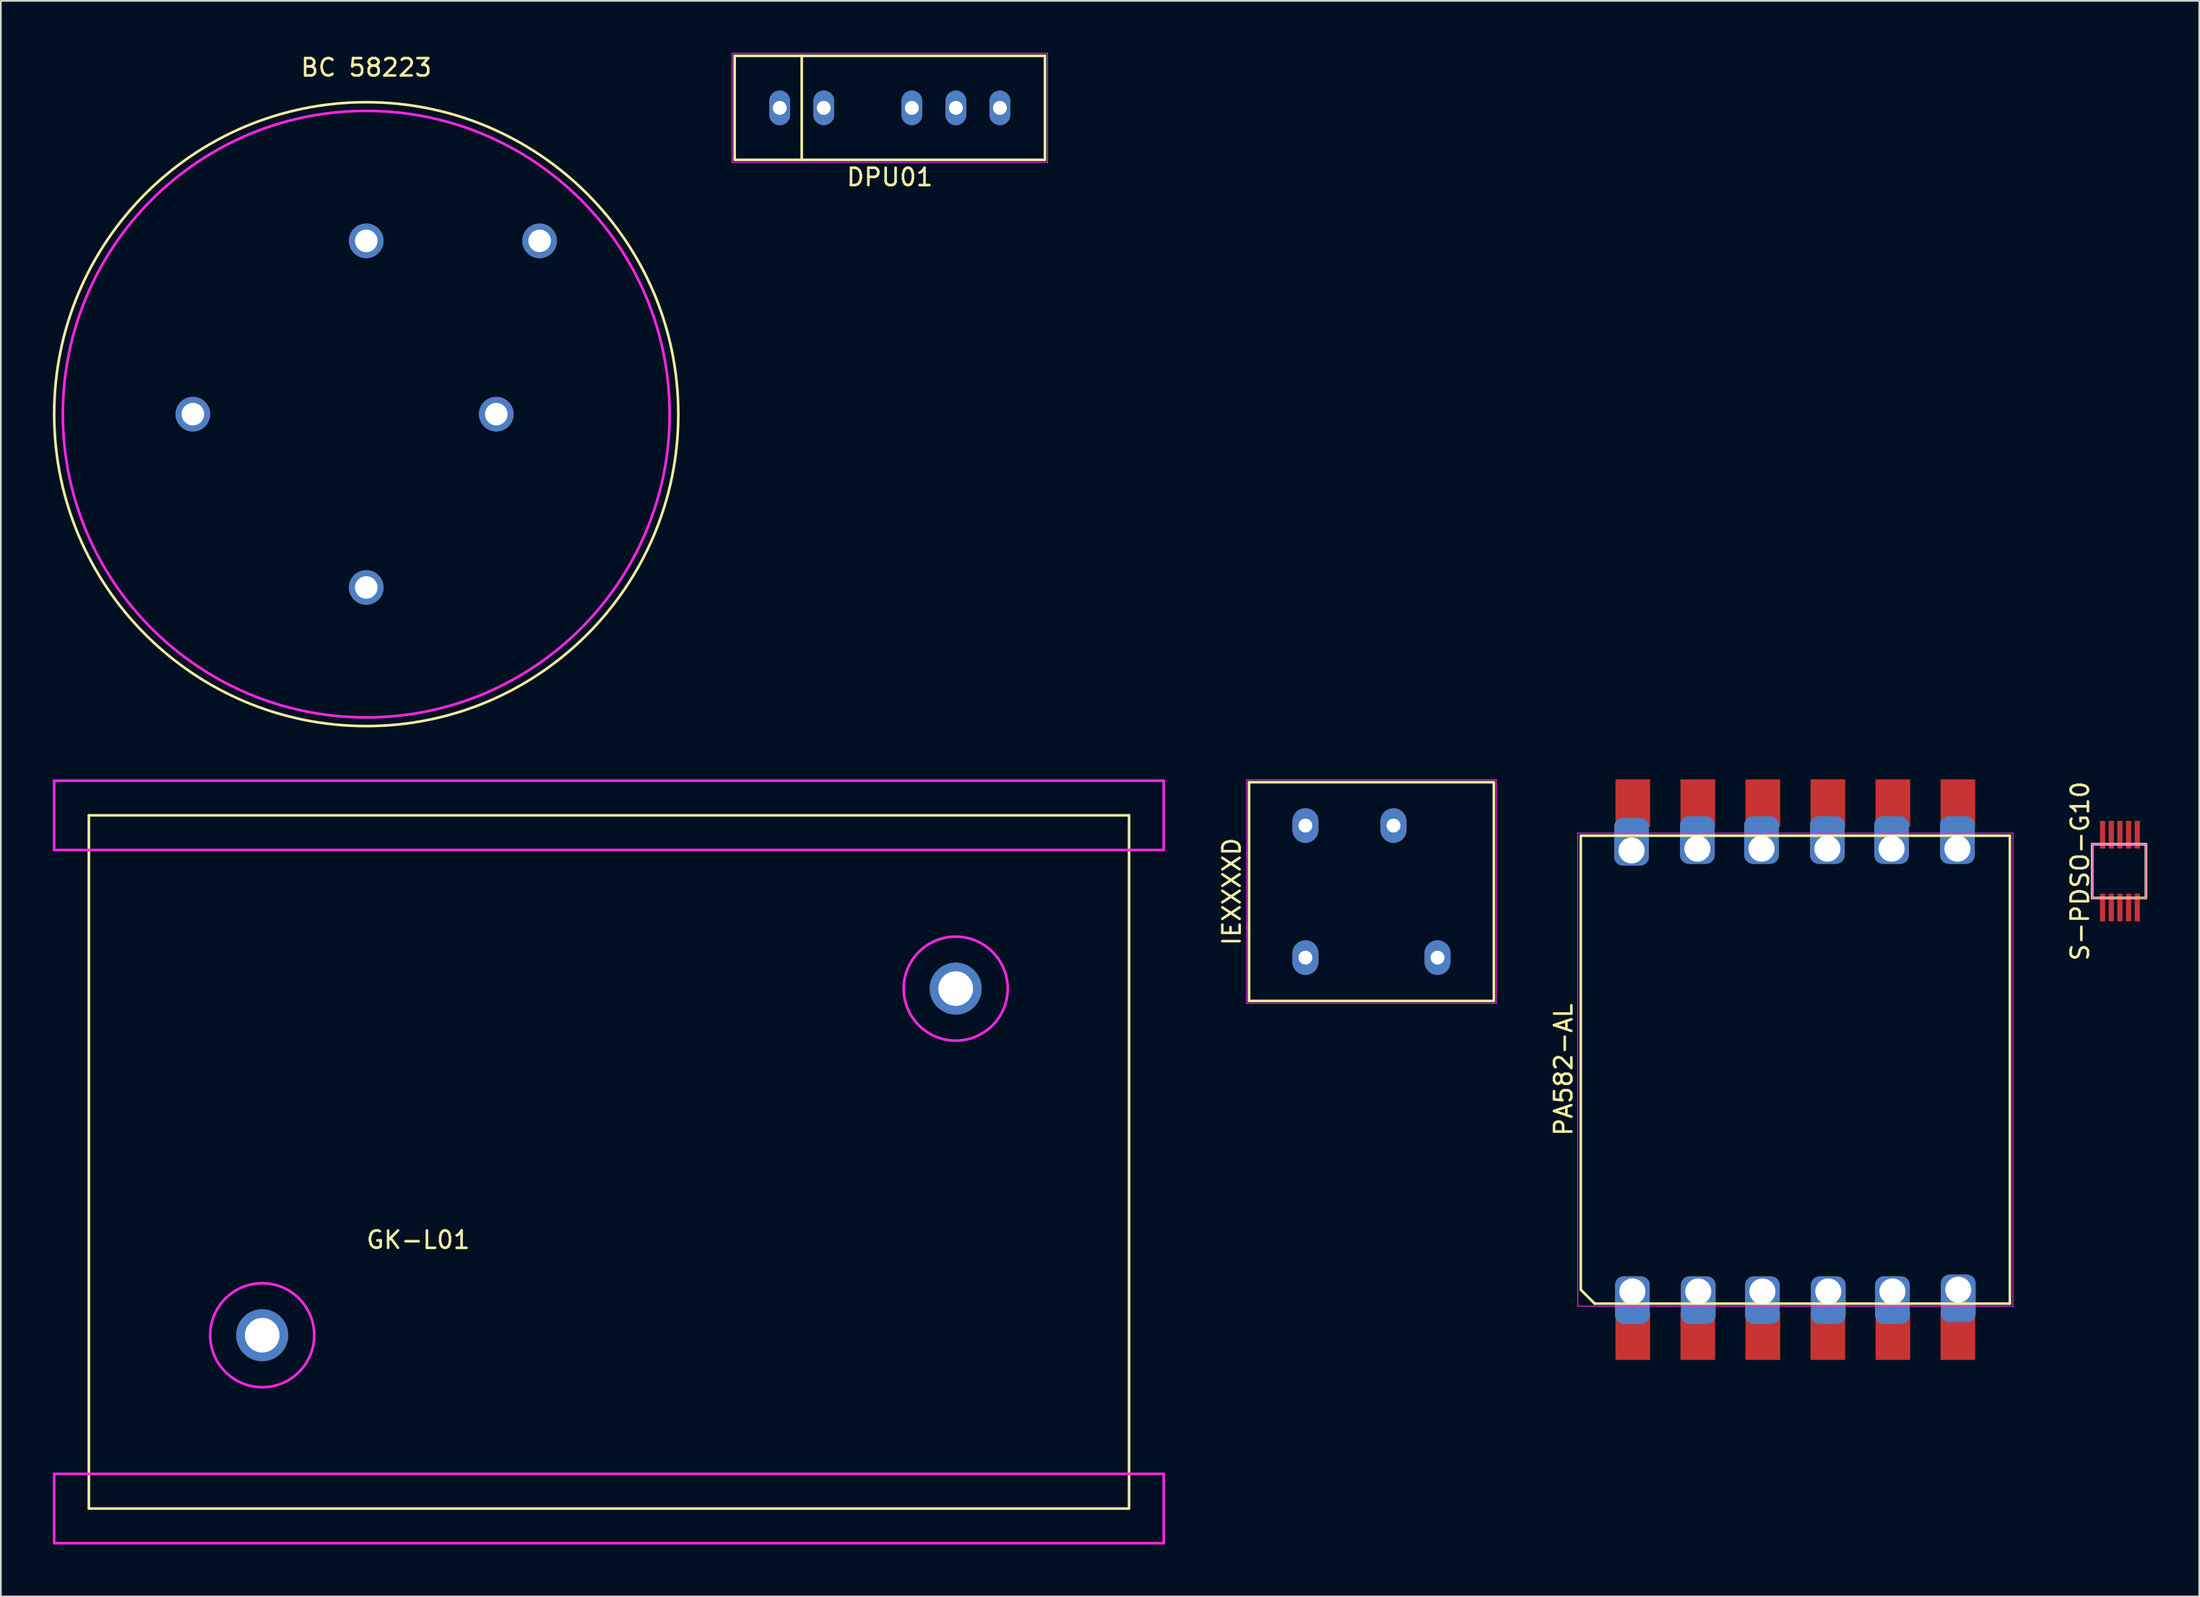
<source format=kicad_pcb>
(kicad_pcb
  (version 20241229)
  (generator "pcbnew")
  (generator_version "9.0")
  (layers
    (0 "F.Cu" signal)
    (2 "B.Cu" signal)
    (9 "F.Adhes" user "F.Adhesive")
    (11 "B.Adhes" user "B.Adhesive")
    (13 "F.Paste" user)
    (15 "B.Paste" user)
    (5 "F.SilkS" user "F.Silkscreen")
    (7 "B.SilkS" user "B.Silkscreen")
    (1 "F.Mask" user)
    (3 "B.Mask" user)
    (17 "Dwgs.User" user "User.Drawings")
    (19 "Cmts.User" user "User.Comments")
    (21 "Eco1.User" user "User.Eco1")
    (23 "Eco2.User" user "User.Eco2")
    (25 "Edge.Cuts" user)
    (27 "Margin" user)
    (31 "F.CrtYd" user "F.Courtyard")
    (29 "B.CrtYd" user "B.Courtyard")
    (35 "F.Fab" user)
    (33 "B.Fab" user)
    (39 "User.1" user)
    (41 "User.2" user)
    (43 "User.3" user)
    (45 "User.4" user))
  (footprint "PA582-AL"
    (layer "F.Cu")
    (at 100.507 58.673)
    (property "Reference" "PA582-AL" (at -13.375 0 90) (layer "F.SilkS") (effects (font (size 1 1) (thickness 0.15))))
    (attr smd)
    (fp_line (start -12.375 -13.5) (end 12.375 -13.5) (stroke (width 0.15) (type solid)) (layer "F.SilkS"))
    (fp_line (start -12.375 12.7) (end -12.375 -13.5) (stroke (width 0.15) (type solid)) (layer "F.SilkS"))
    (fp_line (start -11.575 13.5) (end -12.375 12.7) (stroke (width 0.15) (type solid)) (layer "F.SilkS"))
    (fp_line (start 12.375 -13.5) (end 12.375 13.5) (stroke (width 0.15) (type solid)) (layer "F.SilkS"))
    (fp_line (start 12.375 13.5) (end -11.575 13.5) (stroke (width 0.15) (type solid)) (layer "F.SilkS"))
    (fp_line (start -12.55 -13.65) (end 12.55 -13.65) (stroke (width 0.05) (type solid)) (layer "F.CrtYd"))
    (fp_line (start -12.55 13.65) (end -12.55 -13.65) (stroke (width 0.05) (type solid)) (layer "F.CrtYd"))
    (fp_line (start 12.55 -13.65) (end 12.55 13.65) (stroke (width 0.05) (type solid)) (layer "F.CrtYd"))
    (fp_line (start 12.55 13.65) (end -12.55 13.65) (stroke (width 0.05) (type solid)) (layer "F.CrtYd"))
    (pad "1" thru_hole roundrect (at -9.4 12.8) (size 2 2.75) (drill 1.5 (offset 0 0.5)) (layers "*.Cu" "*.Mask") (roundrect_rratio 0.25))
    (pad "1" smd rect (at -9.375 15.375) (size 2 2.75) (layers "F.Cu" "F.Mask" "F.Paste"))
    (pad "2" smd rect (at -5.625 15.375) (size 2 2.75) (layers "F.Cu" "F.Mask" "F.Paste"))
    (pad "2" thru_hole roundrect (at -5.6 12.8) (size 2 2.75) (drill 1.5 (offset 0 0.5)) (layers "*.Cu" "*.Mask") (roundrect_rratio 0.25))
    (pad "3" thru_hole roundrect (at -1.9 12.8) (size 2 2.75) (drill 1.5 (offset 0 0.5)) (layers "*.Cu" "*.Mask") (roundrect_rratio 0.25))
    (pad "3" smd rect (at -1.875 15.375) (size 2 2.75) (layers "F.Cu" "F.Mask" "F.Paste"))
    (pad "4" smd rect (at 1.875 15.375) (size 2 2.75) (layers "F.Cu" "F.Mask" "F.Paste"))
    (pad "4" thru_hole roundrect (at 1.9 12.8) (size 2 2.75) (drill 1.5 (offset 0 0.5)) (layers "*.Cu" "*.Mask") (roundrect_rratio 0.25))
    (pad "5" thru_hole roundrect (at 5.6 12.8) (size 2 2.75) (drill 1.5 (offset 0 0.5)) (layers "*.Cu" "*.Mask") (roundrect_rratio 0.25))
    (pad "5" smd rect (at 5.625 15.375) (size 2 2.75) (layers "F.Cu" "F.Mask" "F.Paste"))
    (pad "6" smd rect (at 9.375 15.375) (size 2 2.75) (layers "F.Cu" "F.Mask" "F.Paste"))
    (pad "6" thru_hole roundrect (at 9.398 12.7) (size 2 2.75) (drill 1.5 (offset 0 0.5)) (layers "*.Cu" "*.Mask") (roundrect_rratio 0.25))
    (pad "7" thru_hole roundrect (at 9.35 -12.75 180) (size 2 2.75) (drill 1.5 (offset 0 0.5)) (layers "*.Cu" "*.Mask") (roundrect_rratio 0.25))
    (pad "7" smd rect (at 9.375 -15.375) (size 2 2.75) (layers "F.Cu" "F.Mask" "F.Paste"))
    (pad "8" thru_hole roundrect (at 5.55 -12.75 180) (size 2 2.75) (drill 1.5 (offset 0 0.5)) (layers "*.Cu" "*.Mask") (roundrect_rratio 0.25))
    (pad "8" smd rect (at 5.625 -15.375) (size 2 2.75) (layers "F.Cu" "F.Mask" "F.Paste"))
    (pad "9" thru_hole roundrect (at 1.85 -12.75 180) (size 2 2.75) (drill 1.5 (offset 0 0.5)) (layers "*.Cu" "*.Mask") (roundrect_rratio 0.25))
    (pad "9" smd rect (at 1.875 -15.375) (size 2 2.75) (layers "F.Cu" "F.Mask" "F.Paste"))
    (pad "10" thru_hole roundrect (at -1.95 -12.75 180) (size 2 2.75) (drill 1.5 (offset 0 0.5)) (layers "*.Cu" "*.Mask") (roundrect_rratio 0.25))
    (pad "10" smd rect (at -1.875 -15.375) (size 2 2.75) (layers "F.Cu" "F.Mask" "F.Paste"))
    (pad "11" thru_hole roundrect (at -5.65 -12.75 180) (size 2 2.75) (drill 1.5 (offset 0 0.5)) (layers "*.Cu" "*.Mask") (roundrect_rratio 0.25))
    (pad "11" smd rect (at -5.625 -15.375) (size 2 2.75) (layers "F.Cu" "F.Mask" "F.Paste"))
    (pad "12" thru_hole roundrect (at -9.448 -12.65 180) (size 2 2.75) (drill 1.5 (offset 0 0.5)) (layers "*.Cu" "*.Mask") (roundrect_rratio 0.25))
    (pad "12" smd rect (at -9.375 -15.375) (size 2 2.75) (layers "F.Cu" "F.Mask" "F.Paste")))
  (footprint "S-PDSO-G10"
    (layer "F.Cu")
    (at 119.23 47.215)
    (property "Reference" "S-PDSO-G10" (at -2.3 0 90) (layer "F.SilkS") (effects (font (size 1 1) (thickness 0.15))))
    (attr smd)
    (fp_line (start -1.6 -1.55) (end 1.5 -1.55) (stroke (width 0.15) (type solid)) (layer "F.SilkS"))
    (fp_line (start -1.6 1.55) (end -1.6 -1.55) (stroke (width 0.15) (type solid)) (layer "F.SilkS"))
    (fp_line (start 1.5 -1.55) (end 1.5 1.55) (stroke (width 0.15) (type solid)) (layer "F.SilkS"))
    (fp_line (start 1.5 1.55) (end -1.6 1.55) (stroke (width 0.15) (type solid)) (layer "F.SilkS"))
    (fp_line (start -1.6 -1.55) (end -1.6 1.55) (stroke (width 0.05) (type solid)) (layer "F.CrtYd"))
    (fp_line (start -1.6 1.55) (end 1.5 1.55) (stroke (width 0.05) (type solid)) (layer "F.CrtYd"))
    (fp_line (start 1.5 -1.55) (end -1.6 -1.55) (stroke (width 0.05) (type solid)) (layer "F.CrtYd"))
    (fp_line (start 1.5 1.55) (end 1.5 -1.55) (stroke (width 0.05) (type solid)) (layer "F.CrtYd"))
    (pad "1" smd rect (at -1 2.1) (size 0.3 1.6) (layers "F.Cu" "F.Mask" "F.Paste"))
    (pad "2" smd rect (at -0.5 2.1) (size 0.3 1.6) (layers "F.Cu" "F.Mask" "F.Paste"))
    (pad "3" smd rect (at 0 2.1) (size 0.3 1.6) (layers "F.Cu" "F.Mask" "F.Paste"))
    (pad "4" smd rect (at 0.5 2.1) (size 0.3 1.6) (layers "F.Cu" "F.Mask" "F.Paste"))
    (pad "5" smd rect (at 1 2.1) (size 0.3 1.6) (layers "F.Cu" "F.Mask" "F.Paste"))
    (pad "6" smd rect (at 1 -2.1) (size 0.3 1.6) (layers "F.Cu" "F.Mask" "F.Paste"))
    (pad "7" smd rect (at 0.5 -2.1) (size 0.3 1.6) (layers "F.Cu" "F.Mask" "F.Paste"))
    (pad "8" smd rect (at 0 -2.1) (size 0.3 1.6) (layers "F.Cu" "F.Mask" "F.Paste"))
    (pad "9" smd rect (at -0.5 -2.1) (size 0.3 1.6) (layers "F.Cu" "F.Mask" "F.Paste"))
    (pad "10" smd rect (at -1 -2.1) (size 0.3 1.6) (layers "F.Cu" "F.Mask" "F.Paste")))
  (footprint "BC 58223"
    (layer "F.Cu")
    (at 18.075 8.348)
    (property "Reference" "BC 58223" (at 0 -7.5 0) (layer "F.SilkS") (effects (font (size 1 1) (thickness 0.15))))
    (attr through_hole)
    (fp_circle (center 0 12.5) (end 18 12.5) (stroke (width 0.15) (type solid)) (fill no) (layer "F.SilkS"))
    (fp_circle (center 0 12.5) (end 0 -5) (stroke (width 0.15) (type solid)) (fill no) (layer "F.CrtYd"))
    (pad "1" thru_hole circle (at 0 22.5) (size 2 2) (drill 1.3) (layers "*.Cu" "*.Mask"))
    (pad "2" thru_hole circle (at 10 2.5) (size 2 2) (drill 1.3) (layers "*.Cu" "*.Mask"))
    (pad "NC" thru_hole circle (at -10 12.5) (size 2 2) (drill 1.3) (layers "*.Cu" "*.Mask"))
    (pad "NC" thru_hole circle (at 0 2.5) (size 2 2) (drill 1.3) (layers "*.Cu" "*.Mask"))
    (pad "NC" thru_hole circle (at 7.5 12.5) (size 2 2) (drill 1.3) (layers "*.Cu" "*.Mask")))
  (footprint "IEXXXXD"
    (layer "F.Cu")
    (at 76.058 48.398)
    (property "Reference" "IEXXXXD" (at -8.06 0 90) (layer "F.SilkS") (effects (font (size 1 1) (thickness 0.15))))
    (attr through_hole)
    (fp_line (start -7.06 -6.31) (end -7.06 2.11) (stroke (width 0.15) (type solid)) (layer "F.SilkS"))
    (fp_line (start -7.06 2.103) (end -7.06 6.31) (stroke (width 0.15) (type solid)) (layer "F.SilkS"))
    (fp_line (start -7.06 6.31) (end 7.06 6.31) (stroke (width 0.15) (type solid)) (layer "F.SilkS"))
    (fp_line (start 7.06 -6.31) (end -7.06 -6.31) (stroke (width 0.15) (type solid)) (layer "F.SilkS"))
    (fp_line (start 7.06 6.31) (end 7.06 -6.31) (stroke (width 0.15) (type solid)) (layer "F.SilkS"))
    (fp_line (start -7.2 -6.45) (end 7.2 -6.45) (stroke (width 0.05) (type solid)) (layer "F.CrtYd"))
    (fp_line (start -7.2 6.45) (end -7.2 -6.45) (stroke (width 0.05) (type solid)) (layer "F.CrtYd"))
    (fp_line (start 7.2 -6.45) (end 7.2 6.45) (stroke (width 0.05) (type solid)) (layer "F.CrtYd"))
    (fp_line (start 7.2 6.45) (end -7.2 6.45) (stroke (width 0.05) (type solid)) (layer "F.CrtYd"))
    (pad "1" thru_hole oval (at -3.81 3.81) (size 1.5 2) (drill 0.8) (layers "*.Cu" "*.Mask"))
    (pad "2" thru_hole oval (at 3.81 3.81) (size 1.5 2) (drill 0.8) (layers "*.Cu" "*.Mask"))
    (pad "3" thru_hole oval (at 1.27 -3.81) (size 1.5 2) (drill 0.8) (layers "*.Cu" "*.Mask"))
    (pad "4" thru_hole oval (at -3.81 -3.81) (size 1.5 2) (drill 0.8) (layers "*.Cu" "*.Mask")))
  (footprint "GK-L01"
    (layer "F.Cu")
    (at 21.075 67.998)
    (property "Reference" "GK-L01" (at 0 0.5 0) (layer "F.SilkS") (effects (font (size 1 1) (thickness 0.15))))
    (attr through_hole)
    (fp_line (start -19 -24) (end -19 16) (stroke (width 0.15) (type solid)) (layer "F.SilkS"))
    (fp_line (start -19 16) (end 41 16) (stroke (width 0.15) (type solid)) (layer "F.SilkS"))
    (fp_line (start 41 -24) (end -19 -24) (stroke (width 0.15) (type solid)) (layer "F.SilkS"))
    (fp_line (start 41 16) (end 41 -24) (stroke (width 0.15) (type solid)) (layer "F.SilkS"))
    (fp_line (start -21 -26) (end -21 -22) (stroke (width 0.15) (type solid)) (layer "F.CrtYd"))
    (fp_line (start -21 -22) (end 43 -22) (stroke (width 0.15) (type solid)) (layer "F.CrtYd"))
    (fp_line (start -21 14) (end -21 18) (stroke (width 0.15) (type solid)) (layer "F.CrtYd"))
    (fp_line (start -21 18) (end 43 18) (stroke (width 0.15) (type solid)) (layer "F.CrtYd"))
    (fp_line (start 43 -26) (end -21 -26) (stroke (width 0.15) (type solid)) (layer "F.CrtYd"))
    (fp_line (start 43 -22) (end 43 -26) (stroke (width 0.15) (type solid)) (layer "F.CrtYd"))
    (fp_line (start 43 14) (end -21 14) (stroke (width 0.15) (type solid)) (layer "F.CrtYd"))
    (fp_line (start 43 18) (end 43 14) (stroke (width 0.15) (type solid)) (layer "F.CrtYd"))
    (fp_circle (center -9 6) (end -9 3) (stroke (width 0.15) (type solid)) (fill no) (layer "F.CrtYd"))
    (fp_circle (center 31 -14) (end 31 -17) (stroke (width 0.15) (type solid)) (fill no) (layer "F.CrtYd"))
    (pad "1" thru_hole circle (at 31 -14) (size 3 3) (drill 2) (layers "*.Cu" "*.Mask"))
    (pad "2" thru_hole circle (at -9 6) (size 3 3) (drill 2) (layers "*.Cu" "*.Mask")))
  (footprint "DPU01"
    (layer "F.Cu")
    (at 43.195 3.175)
    (property "Reference" "DPU01" (at 5.08 4 0) (layer "F.SilkS") (effects (font (size 1 1) (thickness 0.15))))
    (attr through_hole)
    (fp_line (start -3.87 -3) (end 14.03 -3) (stroke (width 0.15) (type solid)) (layer "F.SilkS"))
    (fp_line (start -3.87 3) (end -3.87 -3) (stroke (width 0.15) (type solid)) (layer "F.SilkS"))
    (fp_line (start 0 -3) (end 0 3) (stroke (width 0.15) (type solid)) (layer "F.SilkS"))
    (fp_line (start 14.03 -3) (end 14.03 3) (stroke (width 0.15) (type solid)) (layer "F.SilkS"))
    (fp_line (start 14.03 3) (end -3.87 3) (stroke (width 0.15) (type solid)) (layer "F.SilkS"))
    (fp_line (start -4.02 -3.15) (end 14.18 -3.15) (stroke (width 0.05) (type solid)) (layer "F.CrtYd"))
    (fp_line (start -4.02 3.15) (end -4.02 -3.15) (stroke (width 0.05) (type solid)) (layer "F.CrtYd"))
    (fp_line (start 14.18 -3.15) (end 14.18 3.15) (stroke (width 0.05) (type solid)) (layer "F.CrtYd"))
    (fp_line (start 14.18 3.15) (end -4.02 3.15) (stroke (width 0.05) (type solid)) (layer "F.CrtYd"))
    (pad "1" thru_hole oval (at -1.27 0) (size 1.2 2) (drill 0.8) (layers "*.Cu" "*.Mask"))
    (pad "2" thru_hole oval (at 1.27 0) (size 1.2 2) (drill 0.8) (layers "*.Cu" "*.Mask"))
    (pad "4" thru_hole oval (at 6.35 0) (size 1.2 2) (drill 0.8) (layers "*.Cu" "*.Mask"))
    (pad "5" thru_hole oval (at 8.89 0) (size 1.2 2) (drill 0.8) (layers "*.Cu" "*.Mask"))
    (pad "6" thru_hole oval (at 11.43 0) (size 1.2 2) (drill 0.8) (layers "*.Cu" "*.Mask")))
  (gr_rect
    (start -3 -3)
    (end 123.805 89.073)
    (stroke (width 0.1) (type default))
    (fill no)
    (layer "Edge.Cuts")))
</source>
